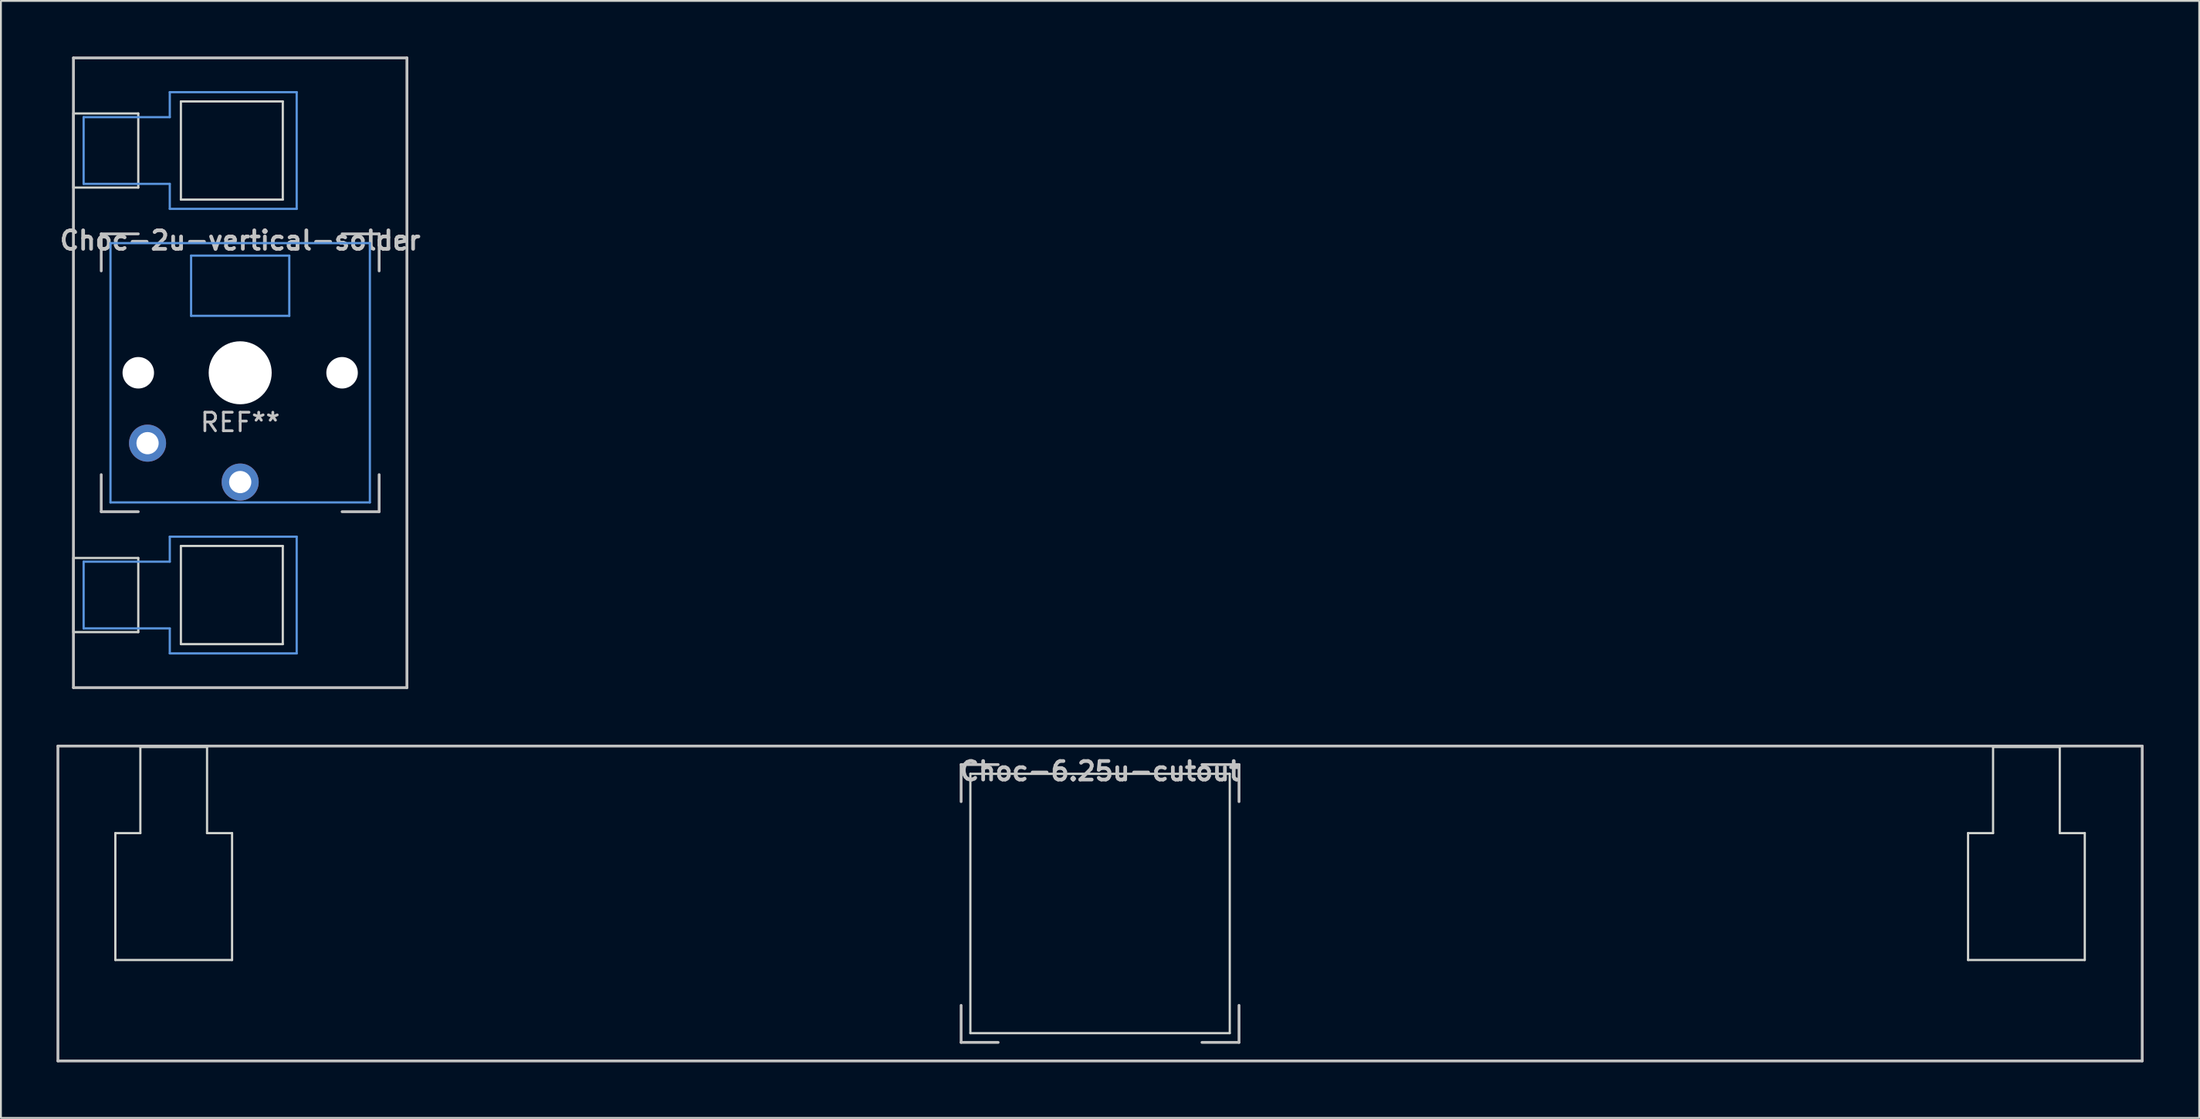
<source format=kicad_pcb>
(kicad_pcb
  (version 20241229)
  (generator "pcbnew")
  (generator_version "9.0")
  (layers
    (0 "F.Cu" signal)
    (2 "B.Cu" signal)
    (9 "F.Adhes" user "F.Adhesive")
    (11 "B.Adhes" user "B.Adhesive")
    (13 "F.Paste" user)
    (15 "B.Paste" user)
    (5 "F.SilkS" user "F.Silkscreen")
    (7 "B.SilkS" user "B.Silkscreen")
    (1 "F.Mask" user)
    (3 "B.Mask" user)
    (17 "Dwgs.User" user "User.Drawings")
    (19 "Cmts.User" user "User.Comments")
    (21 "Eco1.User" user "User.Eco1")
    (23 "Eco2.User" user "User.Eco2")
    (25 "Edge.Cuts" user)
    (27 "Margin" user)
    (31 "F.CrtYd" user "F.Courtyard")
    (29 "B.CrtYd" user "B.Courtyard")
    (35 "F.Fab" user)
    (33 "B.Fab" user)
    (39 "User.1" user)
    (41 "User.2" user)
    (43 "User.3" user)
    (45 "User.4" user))
  (footprint "Choc-2u-vertical-solder"
    (layer "F.Cu")
    (at 9.914 17.076)
    (property "Reference" "Choc-2u-vertical-solder" (at 0 -7.144 180) (layer "Dwgs.User") (effects (font (size 1 1) (thickness 0.2))))
    (attr through_hole)
    (fp_line (start -9 -17) (end 9 -17) (stroke (width 0.152) (type solid)) (layer "Dwgs.User"))
    (fp_line (start -9 17) (end -9 -17) (stroke (width 0.152) (type solid)) (layer "Dwgs.User"))
    (fp_line (start -7.5 -7.5) (end -7.5 -5.5) (stroke (width 0.15) (type solid)) (layer "Dwgs.User"))
    (fp_line (start -7.5 7.5) (end -7.5 5.5) (stroke (width 0.15) (type solid)) (layer "Dwgs.User"))
    (fp_line (start -5.5 -7.5) (end -7.5 -7.5) (stroke (width 0.15) (type solid)) (layer "Dwgs.User"))
    (fp_line (start -5.5 7.5) (end -7.5 7.5) (stroke (width 0.15) (type solid)) (layer "Dwgs.User"))
    (fp_line (start 5.5 -7.5) (end 7.5 -7.5) (stroke (width 0.15) (type solid)) (layer "Dwgs.User"))
    (fp_line (start 5.5 7.5) (end 7.5 7.5) (stroke (width 0.15) (type solid)) (layer "Dwgs.User"))
    (fp_line (start 7.5 -7.5) (end 7.5 -5.5) (stroke (width 0.15) (type solid)) (layer "Dwgs.User"))
    (fp_line (start 7.5 7.5) (end 7.5 5.5) (stroke (width 0.15) (type solid)) (layer "Dwgs.User"))
    (fp_line (start 9 -17) (end 9 17) (stroke (width 0.152) (type solid)) (layer "Dwgs.User"))
    (fp_line (start 9 17) (end -9 17) (stroke (width 0.152) (type solid)) (layer "Dwgs.User"))
    (fp_line (start -8.45 -13.8) (end -3.8 -13.8) (stroke (width 0.12) (type solid)) (layer "Cmts.User"))
    (fp_line (start -8.45 -10.2) (end -8.45 -13.8) (stroke (width 0.12) (type solid)) (layer "Cmts.User"))
    (fp_line (start -8.45 -10.2) (end -3.8 -10.2) (stroke (width 0.12) (type solid)) (layer "Cmts.User"))
    (fp_line (start -8.45 10.2) (end -3.8 10.2) (stroke (width 0.12) (type solid)) (layer "Cmts.User"))
    (fp_line (start -8.45 13.8) (end -8.45 10.2) (stroke (width 0.12) (type solid)) (layer "Cmts.User"))
    (fp_line (start -8.45 13.8) (end -3.8 13.8) (stroke (width 0.12) (type solid)) (layer "Cmts.User"))
    (fp_line (start -7 -7) (end -7 7) (stroke (width 0.12) (type solid)) (layer "Cmts.User"))
    (fp_line (start -7 7) (end 7 7) (stroke (width 0.12) (type solid)) (layer "Cmts.User"))
    (fp_line (start -3.8 -13.8) (end -3.8 -15.15) (stroke (width 0.12) (type solid)) (layer "Cmts.User"))
    (fp_line (start -3.8 -8.85) (end -3.8 -10.2) (stroke (width 0.12) (type solid)) (layer "Cmts.User"))
    (fp_line (start -3.8 10.2) (end -3.8 8.85) (stroke (width 0.12) (type solid)) (layer "Cmts.User"))
    (fp_line (start -3.8 15.15) (end -3.8 13.8) (stroke (width 0.12) (type solid)) (layer "Cmts.User"))
    (fp_line (start -2.65 -6.325) (end 2.65 -6.325) (stroke (width 0.12) (type solid)) (layer "Cmts.User"))
    (fp_line (start -2.65 -3.075) (end -2.65 -6.325) (stroke (width 0.12) (type solid)) (layer "Cmts.User"))
    (fp_line (start 2.65 -6.325) (end 2.65 -3.075) (stroke (width 0.12) (type solid)) (layer "Cmts.User"))
    (fp_line (start 2.65 -3.075) (end -2.65 -3.075) (stroke (width 0.12) (type solid)) (layer "Cmts.User"))
    (fp_line (start 3.05 -15.15) (end -3.8 -15.15) (stroke (width 0.12) (type solid)) (layer "Cmts.User"))
    (fp_line (start 3.05 -8.85) (end -3.8 -8.85) (stroke (width 0.12) (type solid)) (layer "Cmts.User"))
    (fp_line (start 3.05 -8.85) (end 3.05 -15.15) (stroke (width 0.12) (type solid)) (layer "Cmts.User"))
    (fp_line (start 3.05 8.85) (end -3.8 8.85) (stroke (width 0.12) (type solid)) (layer "Cmts.User"))
    (fp_line (start 3.05 15.15) (end -3.8 15.15) (stroke (width 0.12) (type solid)) (layer "Cmts.User"))
    (fp_line (start 3.05 15.15) (end 3.05 8.85) (stroke (width 0.12) (type solid)) (layer "Cmts.User"))
    (fp_line (start 7 -7) (end -7 -7) (stroke (width 0.12) (type solid)) (layer "Cmts.User"))
    (fp_line (start 7 7) (end 7 -7) (stroke (width 0.12) (type solid)) (layer "Cmts.User"))
    (fp_line (start -9 -10) (end -9 -14) (stroke (width 0.12) (type solid)) (layer "Edge.Cuts"))
    (fp_line (start -9 -10) (end -5.5 -10) (stroke (width 0.12) (type solid)) (layer "Edge.Cuts"))
    (fp_line (start -9 14) (end -9 10) (stroke (width 0.12) (type solid)) (layer "Edge.Cuts"))
    (fp_line (start -9 14) (end -5.5 14) (stroke (width 0.12) (type solid)) (layer "Edge.Cuts"))
    (fp_line (start -5.5 -14) (end -9 -14) (stroke (width 0.12) (type solid)) (layer "Edge.Cuts"))
    (fp_line (start -5.5 -10) (end -5.5 -14) (stroke (width 0.12) (type solid)) (layer "Edge.Cuts"))
    (fp_line (start -5.5 10) (end -9 10) (stroke (width 0.12) (type solid)) (layer "Edge.Cuts"))
    (fp_line (start -5.5 14) (end -5.5 10) (stroke (width 0.12) (type solid)) (layer "Edge.Cuts"))
    (fp_line (start -3.2 -9.35) (end -3.2 -14.65) (stroke (width 0.12) (type solid)) (layer "Edge.Cuts"))
    (fp_line (start -3.2 -9.35) (end 2.3 -9.35) (stroke (width 0.12) (type solid)) (layer "Edge.Cuts"))
    (fp_line (start -3.2 14.65) (end -3.2 9.35) (stroke (width 0.12) (type solid)) (layer "Edge.Cuts"))
    (fp_line (start -3.2 14.65) (end 2.3 14.65) (stroke (width 0.12) (type solid)) (layer "Edge.Cuts"))
    (fp_line (start 2.3 -14.65) (end -3.2 -14.65) (stroke (width 0.12) (type solid)) (layer "Edge.Cuts"))
    (fp_line (start 2.3 -9.35) (end 2.3 -14.65) (stroke (width 0.12) (type solid)) (layer "Edge.Cuts"))
    (fp_line (start 2.3 9.35) (end -3.2 9.35) (stroke (width 0.12) (type solid)) (layer "Edge.Cuts"))
    (fp_line (start 2.3 14.65) (end 2.3 9.35) (stroke (width 0.12) (type solid)) (layer "Edge.Cuts"))
    (fp_text user "REF**" (at 0 2.675 0) (layer "Dwgs.User") (effects (font (size 1 1) (thickness 0.15))))
    (pad "" np_thru_hole circle (at -5.5 0 180) (size 1.7 1.7) (drill 1.7) (layers "*.Cu" "*.Mask"))
    (pad "" np_thru_hole circle (at 0 0 90) (size 3.4 3.4) (drill 3.4) (layers "*.Cu" "*.Mask"))
    (pad "" np_thru_hole circle (at 5.5 0 180) (size 1.7 1.7) (drill 1.7) (layers "*.Cu" "*.Mask"))
    (pad "1" thru_hole circle (at 0 5.9 180) (size 2 2) (drill 1.2) (layers "*.Cu" "*.Mask"))
    (pad "2" thru_hole circle (at -5 3.8 41.9) (size 2 2) (drill 1.2) (layers "*.Cu" "*.Mask")))
  (footprint "Choc-6.25u-cutout"
    (layer "F.Cu")
    (at 56.326 45.729)
    (property "Reference" "Choc-6.25u-cutout" (at 0 -7.144 180) (layer "Dwgs.User") (effects (font (size 1 1) (thickness 0.2))))
    (fp_line (start -56.25 -8.5) (end 56.25 -8.5) (stroke (width 0.152) (type solid)) (layer "Dwgs.User"))
    (fp_line (start -56.25 8.5) (end -56.25 -8.5) (stroke (width 0.152) (type solid)) (layer "Dwgs.User"))
    (fp_line (start -7.5 -7.5) (end -7.5 -5.5) (stroke (width 0.15) (type solid)) (layer "Dwgs.User"))
    (fp_line (start -7.5 7.5) (end -7.5 5.5) (stroke (width 0.15) (type solid)) (layer "Dwgs.User"))
    (fp_line (start -5.5 -7.5) (end -7.5 -7.5) (stroke (width 0.15) (type solid)) (layer "Dwgs.User"))
    (fp_line (start -5.5 7.5) (end -7.5 7.5) (stroke (width 0.15) (type solid)) (layer "Dwgs.User"))
    (fp_line (start 5.5 -7.5) (end 7.5 -7.5) (stroke (width 0.15) (type solid)) (layer "Dwgs.User"))
    (fp_line (start 5.5 7.5) (end 7.5 7.5) (stroke (width 0.15) (type solid)) (layer "Dwgs.User"))
    (fp_line (start 7.5 -7.5) (end 7.5 -5.5) (stroke (width 0.15) (type solid)) (layer "Dwgs.User"))
    (fp_line (start 7.5 7.5) (end 7.5 5.5) (stroke (width 0.15) (type solid)) (layer "Dwgs.User"))
    (fp_line (start 56.25 -8.5) (end 56.25 8.5) (stroke (width 0.152) (type solid)) (layer "Dwgs.User"))
    (fp_line (start 56.25 8.5) (end -56.25 8.5) (stroke (width 0.152) (type solid)) (layer "Dwgs.User"))
    (fp_line (start -53.15 -3.8) (end -51.8 -3.8) (stroke (width 0.12) (type solid)) (layer "Edge.Cuts"))
    (fp_line (start -53.15 3.05) (end -53.15 -3.8) (stroke (width 0.12) (type solid)) (layer "Edge.Cuts"))
    (fp_line (start -53.15 3.05) (end -46.85 3.05) (stroke (width 0.12) (type solid)) (layer "Edge.Cuts"))
    (fp_line (start -51.8 -8.45) (end -51.8 -3.8) (stroke (width 0.12) (type solid)) (layer "Edge.Cuts"))
    (fp_line (start -51.8 -8.45) (end -48.2 -8.45) (stroke (width 0.12) (type solid)) (layer "Edge.Cuts"))
    (fp_line (start -48.2 -8.45) (end -48.2 -3.8) (stroke (width 0.12) (type solid)) (layer "Edge.Cuts"))
    (fp_line (start -48.2 -3.8) (end -46.85 -3.8) (stroke (width 0.12) (type solid)) (layer "Edge.Cuts"))
    (fp_line (start -46.85 3.05) (end -46.85 -3.8) (stroke (width 0.12) (type solid)) (layer "Edge.Cuts"))
    (fp_line (start -7 -7) (end -7 7) (stroke (width 0.12) (type solid)) (layer "Edge.Cuts"))
    (fp_line (start -7 7) (end 7 7) (stroke (width 0.12) (type solid)) (layer "Edge.Cuts"))
    (fp_line (start 7 -7) (end -7 -7) (stroke (width 0.12) (type solid)) (layer "Edge.Cuts"))
    (fp_line (start 7 7) (end 7 -7) (stroke (width 0.12) (type solid)) (layer "Edge.Cuts"))
    (fp_line (start 46.85 -3.8) (end 48.2 -3.8) (stroke (width 0.12) (type solid)) (layer "Edge.Cuts"))
    (fp_line (start 46.85 3.05) (end 46.85 -3.8) (stroke (width 0.12) (type solid)) (layer "Edge.Cuts"))
    (fp_line (start 46.85 3.05) (end 53.15 3.05) (stroke (width 0.12) (type solid)) (layer "Edge.Cuts"))
    (fp_line (start 48.2 -8.45) (end 48.2 -3.8) (stroke (width 0.12) (type solid)) (layer "Edge.Cuts"))
    (fp_line (start 48.2 -8.45) (end 51.8 -8.45) (stroke (width 0.12) (type solid)) (layer "Edge.Cuts"))
    (fp_line (start 51.8 -8.45) (end 51.8 -3.8) (stroke (width 0.12) (type solid)) (layer "Edge.Cuts"))
    (fp_line (start 51.8 -3.8) (end 53.15 -3.8) (stroke (width 0.12) (type solid)) (layer "Edge.Cuts"))
    (fp_line (start 53.15 3.05) (end 53.15 -3.8) (stroke (width 0.12) (type solid)) (layer "Edge.Cuts")))
  (gr_rect
    (start -3 -3)
    (end 115.652 57.305)
    (stroke (width 0.1) (type default))
    (fill no)
    (layer "Edge.Cuts")))
</source>
